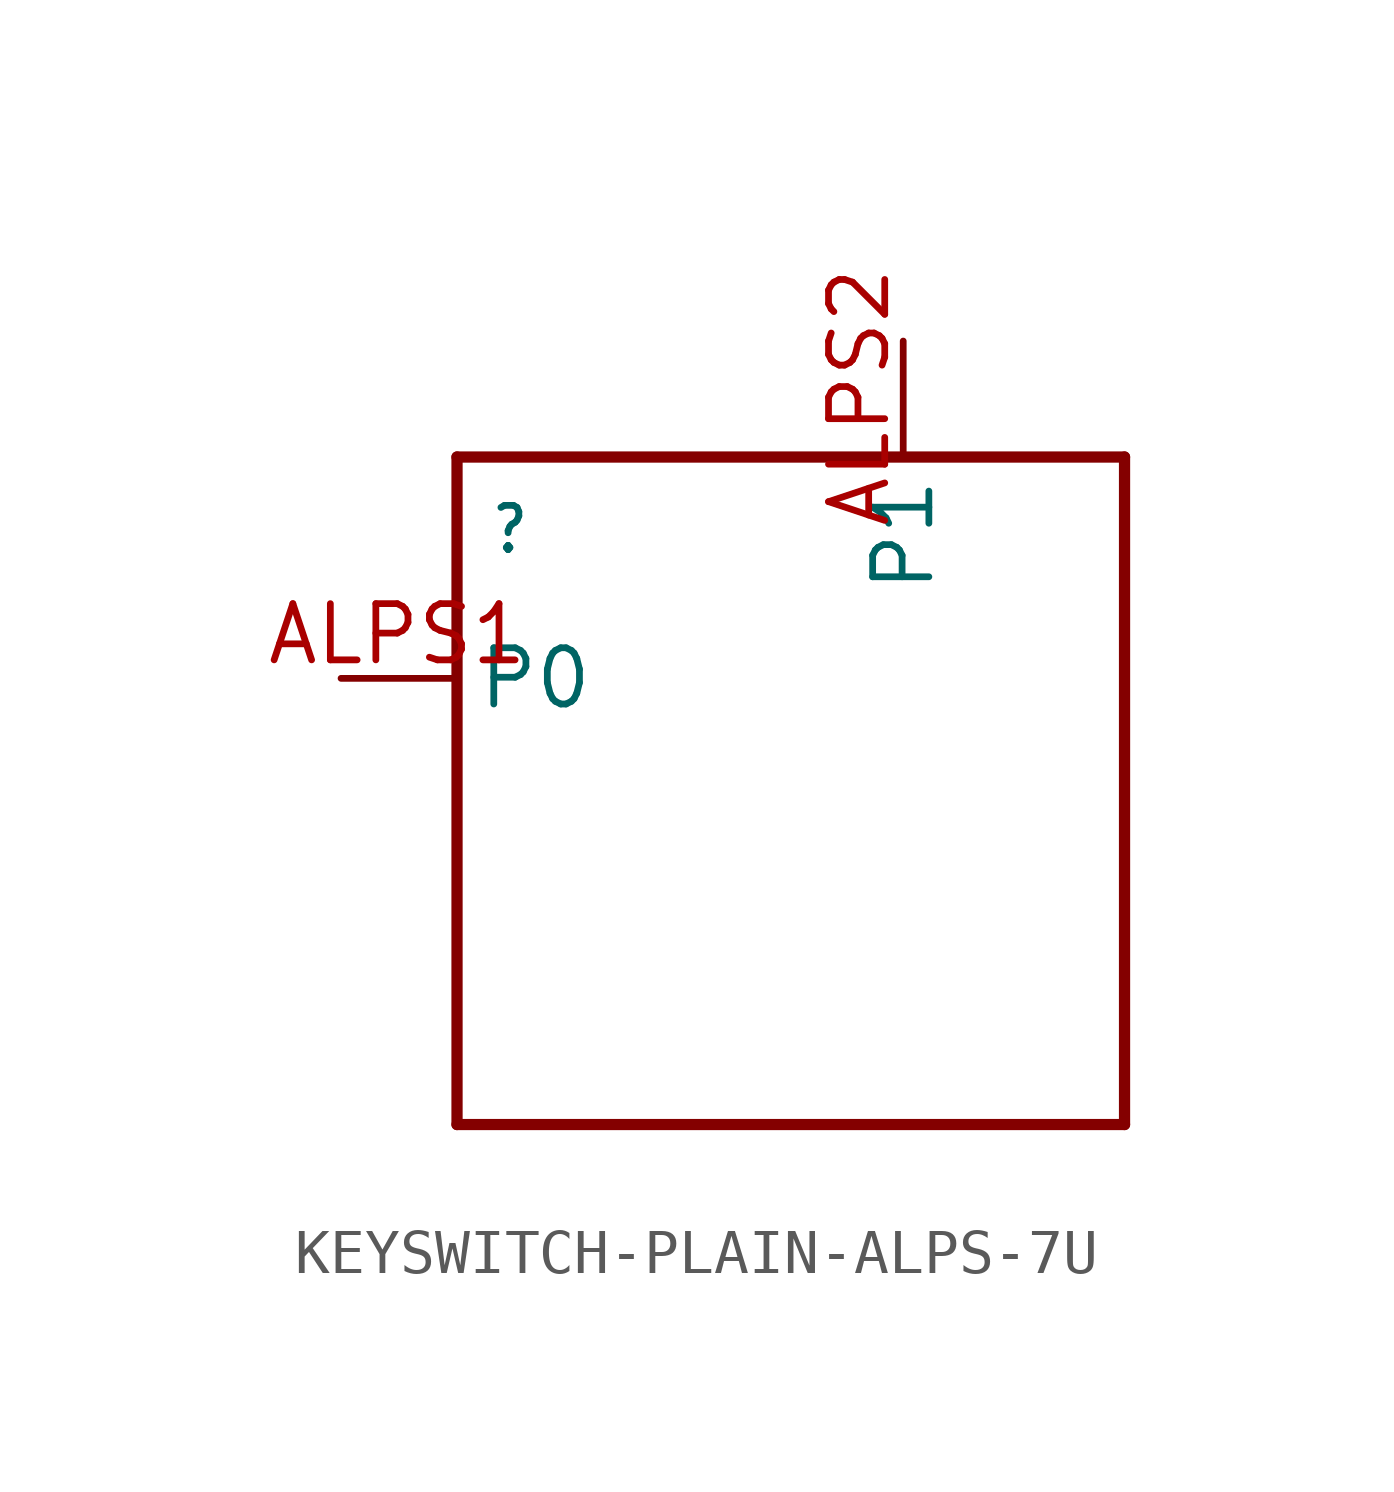
<source format=kicad_sym>
(kicad_symbol_lib
  (version 20211014)
  (generator kicad_symbol_editor)
  (symbol "KEYSWITCH-PLAIN-ALPS-7U"
    (property "Reference" ""
      (at -6.81 5.318 0)
      (effects (font (size 1 0.85)) (justify left bottom)))
    (property "ki_locked" ""
      (at 0 0 0)
      (effects (font (size 1.27 1.27))))
    (symbol "KEYSWITCH-PLAIN-ALPS-7U_1_0"
      (polyline (pts (xy -7.54 -7.54) (xy -7.54 7.54)) (stroke (width 0.254) (type default) (color 0 0 0 0)) (fill (type none)))
      (polyline (pts (xy -7.54 7.54) (xy 7.54 7.54)) (stroke (width 0.254) (type default) (color 0 0 0 0)) (fill (type none)))
      (polyline (pts (xy 7.54 -7.54) (xy -7.54 -7.54)) (stroke (width 0.254) (type default) (color 0 0 0 0)) (fill (type none)))
      (polyline (pts (xy 7.54 7.54) (xy 7.54 -7.54)) (stroke (width 0.254) (type default) (color 0 0 0 0)) (fill (type none)))
      (pin bidirectional line (at -10.16 2.54 0) (length 2.54) (name "P0" (effects (font (size 1.27 1.27)))) (number "ALPS1" (effects (font (size 1.27 1.27)))))
      (pin bidirectional line (at 2.54 10.16 270) (length 2.54) (name "P1" (effects (font (size 1.27 1.27)))) (number "ALPS2" (effects (font (size 1.27 1.27))))))))
</source>
